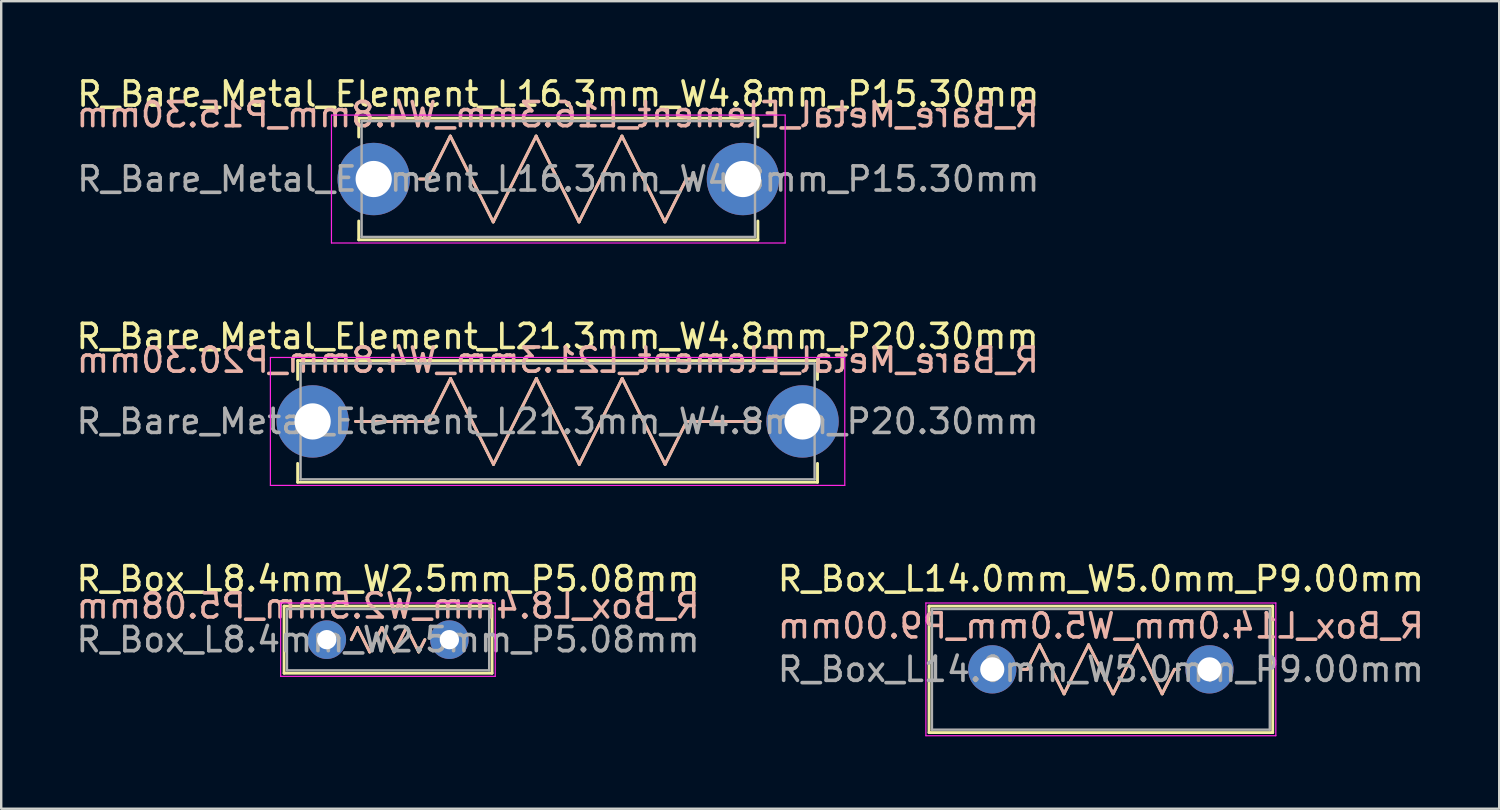
<source format=kicad_pcb>
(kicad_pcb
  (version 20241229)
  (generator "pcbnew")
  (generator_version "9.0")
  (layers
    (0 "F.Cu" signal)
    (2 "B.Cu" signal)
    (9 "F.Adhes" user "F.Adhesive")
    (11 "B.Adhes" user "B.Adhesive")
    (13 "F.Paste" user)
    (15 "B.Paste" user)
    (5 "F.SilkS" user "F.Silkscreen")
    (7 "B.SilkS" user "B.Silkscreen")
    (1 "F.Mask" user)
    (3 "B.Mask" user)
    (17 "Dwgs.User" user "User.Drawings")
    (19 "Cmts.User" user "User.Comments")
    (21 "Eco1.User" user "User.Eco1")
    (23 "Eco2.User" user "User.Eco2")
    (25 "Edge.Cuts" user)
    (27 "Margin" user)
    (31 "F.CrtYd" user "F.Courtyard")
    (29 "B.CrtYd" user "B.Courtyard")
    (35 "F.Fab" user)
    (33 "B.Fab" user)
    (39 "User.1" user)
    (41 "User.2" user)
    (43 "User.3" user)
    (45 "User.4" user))
  (footprint "R_Bare_Metal_Element_L21.3mm_W4.8mm_P20.30mm"
    (layer "F.Cu")
    (at 9.904 14.412)
    (property "Reference" "R_Bare_Metal_Element_L21.3mm_W4.8mm_P20.30mm" (at 10.15 -3.52 0) (layer "F.SilkS") (effects (font (size 1 1) (thickness 0.15))))
    (attr through_hole)
    (fp_line (start -0.62 -2.52) (end 20.92 -2.52) (stroke (width 0.12) (type solid)) (layer "F.SilkS"))
    (fp_line (start -0.62 -1.74) (end -0.62 -2.52) (stroke (width 0.12) (type solid)) (layer "F.SilkS"))
    (fp_line (start -0.62 1.74) (end -0.62 2.52) (stroke (width 0.12) (type solid)) (layer "F.SilkS"))
    (fp_line (start -0.62 2.52) (end 20.92 2.52) (stroke (width 0.12) (type solid)) (layer "F.SilkS"))
    (fp_line (start 4.826 0) (end 1.778 0) (stroke (width 0.12) (type solid)) (layer "F.SilkS"))
    (fp_line (start 4.826 0) (end 5.715 -1.778) (stroke (width 0.12) (type solid)) (layer "F.SilkS"))
    (fp_line (start 5.715 -1.778) (end 7.493 1.778) (stroke (width 0.12) (type solid)) (layer "F.SilkS"))
    (fp_line (start 7.493 1.778) (end 9.271 -1.778) (stroke (width 0.12) (type solid)) (layer "F.SilkS"))
    (fp_line (start 9.271 -1.778) (end 11.049 1.778) (stroke (width 0.12) (type solid)) (layer "F.SilkS"))
    (fp_line (start 11.049 1.778) (end 12.827 -1.778) (stroke (width 0.12) (type solid)) (layer "F.SilkS"))
    (fp_line (start 12.827 -1.778) (end 14.605 1.778) (stroke (width 0.12) (type solid)) (layer "F.SilkS"))
    (fp_line (start 14.605 1.778) (end 15.494 0) (stroke (width 0.12) (type solid)) (layer "F.SilkS"))
    (fp_line (start 15.494 0) (end 18.542 0) (stroke (width 0.12) (type solid)) (layer "F.SilkS"))
    (fp_line (start 20.92 -2.52) (end 20.92 -1.74) (stroke (width 0.12) (type solid)) (layer "F.SilkS"))
    (fp_line (start 20.92 2.52) (end 20.92 1.74) (stroke (width 0.12) (type solid)) (layer "F.SilkS"))
    (fp_line (start 1.778 0) (end 4.826 0) (stroke (width 0.12) (type solid)) (layer "B.SilkS"))
    (fp_line (start 4.826 0) (end 5.715 -1.778) (stroke (width 0.12) (type solid)) (layer "B.SilkS"))
    (fp_line (start 5.715 -1.778) (end 7.493 1.778) (stroke (width 0.12) (type solid)) (layer "B.SilkS"))
    (fp_line (start 7.493 1.778) (end 9.271 -1.778) (stroke (width 0.12) (type solid)) (layer "B.SilkS"))
    (fp_line (start 9.271 -1.778) (end 11.049 1.778) (stroke (width 0.12) (type solid)) (layer "B.SilkS"))
    (fp_line (start 11.049 1.778) (end 12.827 -1.778) (stroke (width 0.12) (type solid)) (layer "B.SilkS"))
    (fp_line (start 12.827 -1.778) (end 14.605 1.778) (stroke (width 0.12) (type solid)) (layer "B.SilkS"))
    (fp_line (start 14.605 1.778) (end 15.494 0) (stroke (width 0.12) (type solid)) (layer "B.SilkS"))
    (fp_line (start 15.494 0) (end 18.542 0) (stroke (width 0.12) (type solid)) (layer "B.SilkS"))
    (fp_line (start -1.75 -2.65) (end -1.75 2.65) (stroke (width 0.05) (type solid)) (layer "F.CrtYd"))
    (fp_line (start -1.75 2.65) (end 22.05 2.65) (stroke (width 0.05) (type solid)) (layer "F.CrtYd"))
    (fp_line (start 22.05 -2.65) (end -1.75 -2.65) (stroke (width 0.05) (type solid)) (layer "F.CrtYd"))
    (fp_line (start 22.05 2.65) (end 22.05 -2.65) (stroke (width 0.05) (type solid)) (layer "F.CrtYd"))
    (fp_line (start -0.5 -2.4) (end -0.5 2.4) (stroke (width 0.1) (type solid)) (layer "F.Fab"))
    (fp_line (start -0.5 2.4) (end 20.8 2.4) (stroke (width 0.1) (type solid)) (layer "F.Fab"))
    (fp_line (start 20.8 -2.4) (end -0.5 -2.4) (stroke (width 0.1) (type solid)) (layer "F.Fab"))
    (fp_line (start 20.8 2.4) (end 20.8 -2.4) (stroke (width 0.1) (type solid)) (layer "F.Fab"))
    (fp_text user "${REFERENCE}" (at 10.16 -2.54 0) (unlocked yes) (layer "B.SilkS") (effects (font (size 1 1) (thickness 0.15)) (justify mirror)))
    (fp_text user "${REFERENCE}" (at 10.15 0 0) (layer "F.Fab") (effects (font (size 1 1) (thickness 0.15))))
    (pad "1" thru_hole circle (at 0 0) (size 3 3) (drill 1.5) (layers "*.Cu" "*.Mask"))
    (pad "2" thru_hole oval (at 20.3 0) (size 3 3) (drill 1.5) (layers "*.Cu" "*.Mask")))
  (footprint "R_Box_L8.4mm_W2.5mm_P5.08mm"
    (layer "F.Cu")
    (at 10.49 23.455)
    (property "Reference" "R_Box_L8.4mm_W2.5mm_P5.08mm" (at 2.54 -2.52 0) (layer "F.SilkS") (effects (font (size 1 1) (thickness 0.15))))
    (attr through_hole)
    (fp_line (start -1.77 -1.39) (end -1.77 1.39) (stroke (width 0.12) (type solid)) (layer "F.SilkS"))
    (fp_line (start -1.77 -1.39) (end 6.85 -1.39) (stroke (width 0.12) (type solid)) (layer "F.SilkS"))
    (fp_line (start -1.77 1.39) (end 6.85 1.39) (stroke (width 0.12) (type solid)) (layer "F.SilkS"))
    (fp_line (start 1.016 0) (end 1.27 -0.508) (stroke (width 0.12) (type solid)) (layer "F.SilkS"))
    (fp_line (start 1.27 -0.508) (end 1.778 0.508) (stroke (width 0.12) (type solid)) (layer "F.SilkS"))
    (fp_line (start 1.778 0.508) (end 2.286 -0.508) (stroke (width 0.12) (type solid)) (layer "F.SilkS"))
    (fp_line (start 2.286 -0.508) (end 2.794 0.508) (stroke (width 0.12) (type solid)) (layer "F.SilkS"))
    (fp_line (start 2.794 0.508) (end 3.302 -0.508) (stroke (width 0.12) (type solid)) (layer "F.SilkS"))
    (fp_line (start 3.302 -0.508) (end 3.81 0.508) (stroke (width 0.12) (type solid)) (layer "F.SilkS"))
    (fp_line (start 3.81 0.508) (end 4.064 0) (stroke (width 0.12) (type solid)) (layer "F.SilkS"))
    (fp_line (start 6.85 -1.39) (end 6.85 1.39) (stroke (width 0.12) (type solid)) (layer "F.SilkS"))
    (fp_line (start 1.016 0) (end 1.27 -0.508) (stroke (width 0.12) (type solid)) (layer "B.SilkS"))
    (fp_line (start 1.27 -0.508) (end 1.778 0.508) (stroke (width 0.12) (type solid)) (layer "B.SilkS"))
    (fp_line (start 1.778 0.508) (end 2.286 -0.508) (stroke (width 0.12) (type solid)) (layer "B.SilkS"))
    (fp_line (start 2.286 -0.508) (end 2.794 0.508) (stroke (width 0.12) (type solid)) (layer "B.SilkS"))
    (fp_line (start 2.794 0.508) (end 3.302 -0.508) (stroke (width 0.12) (type solid)) (layer "B.SilkS"))
    (fp_line (start 3.302 -0.508) (end 3.81 0.508) (stroke (width 0.12) (type solid)) (layer "B.SilkS"))
    (fp_line (start 3.81 0.508) (end 4.064 0) (stroke (width 0.12) (type solid)) (layer "B.SilkS"))
    (fp_line (start -1.91 -1.52) (end -1.91 1.52) (stroke (width 0.05) (type solid)) (layer "F.CrtYd"))
    (fp_line (start -1.91 1.52) (end 6.98 1.52) (stroke (width 0.05) (type solid)) (layer "F.CrtYd"))
    (fp_line (start 6.98 -1.52) (end -1.91 -1.52) (stroke (width 0.05) (type solid)) (layer "F.CrtYd"))
    (fp_line (start 6.98 1.52) (end 6.98 -1.52) (stroke (width 0.05) (type solid)) (layer "F.CrtYd"))
    (fp_line (start -1.65 -1.27) (end -1.65 1.27) (stroke (width 0.1) (type solid)) (layer "F.Fab"))
    (fp_line (start -1.65 1.27) (end 6.73 1.27) (stroke (width 0.1) (type solid)) (layer "F.Fab"))
    (fp_line (start 6.73 -1.27) (end -1.65 -1.27) (stroke (width 0.1) (type solid)) (layer "F.Fab"))
    (fp_line (start 6.73 1.27) (end 6.73 -1.27) (stroke (width 0.1) (type solid)) (layer "F.Fab"))
    (fp_text user "${REFERENCE}" (at 2.54 -1.397 0) (unlocked yes) (layer "B.SilkS") (effects (font (size 1 1) (thickness 0.15)) (justify mirror)))
    (fp_text user "${REFERENCE}" (at 2.54 0 0) (layer "F.Fab") (effects (font (size 1 1) (thickness 0.15))))
    (pad "1" thru_hole circle (at 0 0) (size 1.6 1.6) (drill 0.8) (layers "*.Cu" "*.Mask"))
    (pad "2" thru_hole circle (at 5.08 0) (size 1.6 1.6) (drill 0.8) (layers "*.Cu" "*.Mask")))
  (footprint "R_Bare_Metal_Element_L16.3mm_W4.8mm_P15.30mm"
    (layer "F.Cu")
    (at 12.434 4.368)
    (property "Reference" "R_Bare_Metal_Element_L16.3mm_W4.8mm_P15.30mm" (at 7.65 -3.52 0) (layer "F.SilkS") (effects (font (size 1 1) (thickness 0.15))))
    (attr through_hole)
    (fp_line (start -0.62 -2.52) (end 15.92 -2.52) (stroke (width 0.12) (type solid)) (layer "F.SilkS"))
    (fp_line (start -0.62 -1.74) (end -0.62 -2.52) (stroke (width 0.12) (type solid)) (layer "F.SilkS"))
    (fp_line (start -0.62 1.74) (end -0.62 2.52) (stroke (width 0.12) (type solid)) (layer "F.SilkS"))
    (fp_line (start -0.62 2.52) (end 15.92 2.52) (stroke (width 0.12) (type solid)) (layer "F.SilkS"))
    (fp_line (start 2.286 0) (end 1.905 0) (stroke (width 0.12) (type solid)) (layer "F.SilkS"))
    (fp_line (start 2.286 0) (end 3.175 -1.778) (stroke (width 0.12) (type solid)) (layer "F.SilkS"))
    (fp_line (start 3.175 -1.778) (end 4.953 1.778) (stroke (width 0.12) (type solid)) (layer "F.SilkS"))
    (fp_line (start 4.953 1.778) (end 6.731 -1.778) (stroke (width 0.12) (type solid)) (layer "F.SilkS"))
    (fp_line (start 6.731 -1.778) (end 8.509 1.778) (stroke (width 0.12) (type solid)) (layer "F.SilkS"))
    (fp_line (start 8.509 1.778) (end 10.287 -1.778) (stroke (width 0.12) (type solid)) (layer "F.SilkS"))
    (fp_line (start 10.287 -1.778) (end 12.065 1.778) (stroke (width 0.12) (type solid)) (layer "F.SilkS"))
    (fp_line (start 12.065 1.778) (end 12.954 0) (stroke (width 0.12) (type solid)) (layer "F.SilkS"))
    (fp_line (start 12.954 0) (end 13.335 0) (stroke (width 0.12) (type solid)) (layer "F.SilkS"))
    (fp_line (start 15.92 -2.52) (end 15.92 -1.74) (stroke (width 0.12) (type solid)) (layer "F.SilkS"))
    (fp_line (start 15.92 2.52) (end 15.92 1.74) (stroke (width 0.12) (type solid)) (layer "F.SilkS"))
    (fp_line (start 1.905 0) (end 2.286 0) (stroke (width 0.12) (type solid)) (layer "B.SilkS"))
    (fp_line (start 2.286 0) (end 3.175 -1.778) (stroke (width 0.12) (type solid)) (layer "B.SilkS"))
    (fp_line (start 3.175 -1.778) (end 4.953 1.778) (stroke (width 0.12) (type solid)) (layer "B.SilkS"))
    (fp_line (start 4.953 1.778) (end 6.731 -1.778) (stroke (width 0.12) (type solid)) (layer "B.SilkS"))
    (fp_line (start 6.731 -1.778) (end 8.509 1.778) (stroke (width 0.12) (type solid)) (layer "B.SilkS"))
    (fp_line (start 8.509 1.778) (end 10.287 -1.778) (stroke (width 0.12) (type solid)) (layer "B.SilkS"))
    (fp_line (start 10.287 -1.778) (end 12.065 1.778) (stroke (width 0.12) (type solid)) (layer "B.SilkS"))
    (fp_line (start 12.065 1.778) (end 12.954 0) (stroke (width 0.12) (type solid)) (layer "B.SilkS"))
    (fp_line (start 12.954 0) (end 13.335 0) (stroke (width 0.12) (type solid)) (layer "B.SilkS"))
    (fp_line (start -1.75 -2.65) (end -1.75 2.65) (stroke (width 0.05) (type solid)) (layer "F.CrtYd"))
    (fp_line (start -1.75 2.65) (end 17.05 2.65) (stroke (width 0.05) (type solid)) (layer "F.CrtYd"))
    (fp_line (start 17.05 -2.65) (end -1.75 -2.65) (stroke (width 0.05) (type solid)) (layer "F.CrtYd"))
    (fp_line (start 17.05 2.65) (end 17.05 -2.65) (stroke (width 0.05) (type solid)) (layer "F.CrtYd"))
    (fp_line (start -0.5 -2.4) (end -0.5 2.4) (stroke (width 0.1) (type solid)) (layer "F.Fab"))
    (fp_line (start -0.5 2.4) (end 15.8 2.4) (stroke (width 0.1) (type solid)) (layer "F.Fab"))
    (fp_line (start 15.8 -2.4) (end -0.5 -2.4) (stroke (width 0.1) (type solid)) (layer "F.Fab"))
    (fp_line (start 15.8 2.4) (end 15.8 -2.4) (stroke (width 0.1) (type solid)) (layer "F.Fab"))
    (fp_text user "${REFERENCE}" (at 7.62 -2.667 0) (unlocked yes) (layer "B.SilkS") (effects (font (size 1 1) (thickness 0.15)) (justify mirror)))
    (fp_text user "${REFERENCE}" (at 7.65 0 0) (layer "F.Fab") (effects (font (size 1 1) (thickness 0.15))))
    (pad "1" thru_hole circle (at 0 0) (size 3 3) (drill 1.5) (layers "*.Cu" "*.Mask"))
    (pad "2" thru_hole oval (at 15.3 0) (size 3 3) (drill 1.5) (layers "*.Cu" "*.Mask")))
  (footprint "R_Box_L14.0mm_W5.0mm_P9.00mm"
    (layer "F.Cu")
    (at 38.065 24.685)
    (property "Reference" "R_Box_L14.0mm_W5.0mm_P9.00mm" (at 4.5 -3.75 0) (layer "F.SilkS") (effects (font (size 1 1) (thickness 0.15))))
    (attr through_hole)
    (fp_line (start -2.62 -2.62) (end -2.62 2.62) (stroke (width 0.12) (type solid)) (layer "F.SilkS"))
    (fp_line (start -2.62 -2.62) (end 11.62 -2.62) (stroke (width 0.12) (type solid)) (layer "F.SilkS"))
    (fp_line (start -2.62 2.62) (end 11.62 2.62) (stroke (width 0.12) (type solid)) (layer "F.SilkS"))
    (fp_line (start 1.452 0) (end 1.27 0) (stroke (width 0.12) (type solid)) (layer "F.SilkS"))
    (fp_line (start 1.452 0) (end 1.96 -1.016) (stroke (width 0.12) (type solid)) (layer "F.SilkS"))
    (fp_line (start 1.96 -1.016) (end 2.976 1.016) (stroke (width 0.12) (type solid)) (layer "F.SilkS"))
    (fp_line (start 2.976 1.016) (end 3.992 -1.016) (stroke (width 0.12) (type solid)) (layer "F.SilkS"))
    (fp_line (start 3.992 -1.016) (end 5.008 1.016) (stroke (width 0.12) (type solid)) (layer "F.SilkS"))
    (fp_line (start 5.008 1.016) (end 6.024 -1.016) (stroke (width 0.12) (type solid)) (layer "F.SilkS"))
    (fp_line (start 6.024 -1.016) (end 7.04 1.016) (stroke (width 0.12) (type solid)) (layer "F.SilkS"))
    (fp_line (start 7.04 1.016) (end 7.548 0) (stroke (width 0.12) (type solid)) (layer "F.SilkS"))
    (fp_line (start 7.548 0) (end 7.747 0) (stroke (width 0.12) (type solid)) (layer "F.SilkS"))
    (fp_line (start 11.62 -2.62) (end 11.62 2.62) (stroke (width 0.12) (type solid)) (layer "F.SilkS"))
    (fp_line (start 1.452 0) (end 1.27 0) (stroke (width 0.12) (type solid)) (layer "B.SilkS"))
    (fp_line (start 1.452 0) (end 1.96 -1.016) (stroke (width 0.12) (type solid)) (layer "B.SilkS"))
    (fp_line (start 1.96 -1.016) (end 2.976 1.016) (stroke (width 0.12) (type solid)) (layer "B.SilkS"))
    (fp_line (start 2.976 1.016) (end 3.992 -1.016) (stroke (width 0.12) (type solid)) (layer "B.SilkS"))
    (fp_line (start 3.992 -1.016) (end 5.008 1.016) (stroke (width 0.12) (type solid)) (layer "B.SilkS"))
    (fp_line (start 5.008 1.016) (end 6.024 -1.016) (stroke (width 0.12) (type solid)) (layer "B.SilkS"))
    (fp_line (start 6.024 -1.016) (end 7.04 1.016) (stroke (width 0.12) (type solid)) (layer "B.SilkS"))
    (fp_line (start 7.04 1.016) (end 7.548 0) (stroke (width 0.12) (type solid)) (layer "B.SilkS"))
    (fp_line (start 7.548 0) (end 7.747 0) (stroke (width 0.12) (type solid)) (layer "B.SilkS"))
    (fp_line (start -2.75 -2.75) (end -2.75 2.75) (stroke (width 0.05) (type solid)) (layer "F.CrtYd"))
    (fp_line (start -2.75 2.75) (end 11.75 2.75) (stroke (width 0.05) (type solid)) (layer "F.CrtYd"))
    (fp_line (start 11.75 -2.75) (end -2.75 -2.75) (stroke (width 0.05) (type solid)) (layer "F.CrtYd"))
    (fp_line (start 11.75 2.75) (end 11.75 -2.75) (stroke (width 0.05) (type solid)) (layer "F.CrtYd"))
    (fp_line (start -2.5 -2.5) (end -2.5 2.5) (stroke (width 0.1) (type solid)) (layer "F.Fab"))
    (fp_line (start -2.5 2.5) (end 11.5 2.5) (stroke (width 0.1) (type solid)) (layer "F.Fab"))
    (fp_line (start 11.5 -2.5) (end -2.5 -2.5) (stroke (width 0.1) (type solid)) (layer "F.Fab"))
    (fp_line (start 11.5 2.5) (end 11.5 -2.5) (stroke (width 0.1) (type solid)) (layer "F.Fab"))
    (fp_text user "${REFERENCE}" (at 4.5 -1.8 0) (unlocked yes) (layer "B.SilkS") (effects (font (size 1 1) (thickness 0.15)) (justify mirror)))
    (fp_text user "${REFERENCE}" (at 4.5 0 0) (layer "F.Fab") (effects (font (size 1 1) (thickness 0.15))))
    (pad "1" thru_hole circle (at 0 0) (size 2 2) (drill 1) (layers "*.Cu" "*.Mask"))
    (pad "2" thru_hole circle (at 9 0) (size 2 2) (drill 1) (layers "*.Cu" "*.Mask")))
  (gr_rect
    (start -3 -3)
    (end 59.071 30.46)
    (stroke (width 0.1) (type default))
    (fill no)
    (layer "Edge.Cuts")))
</source>
